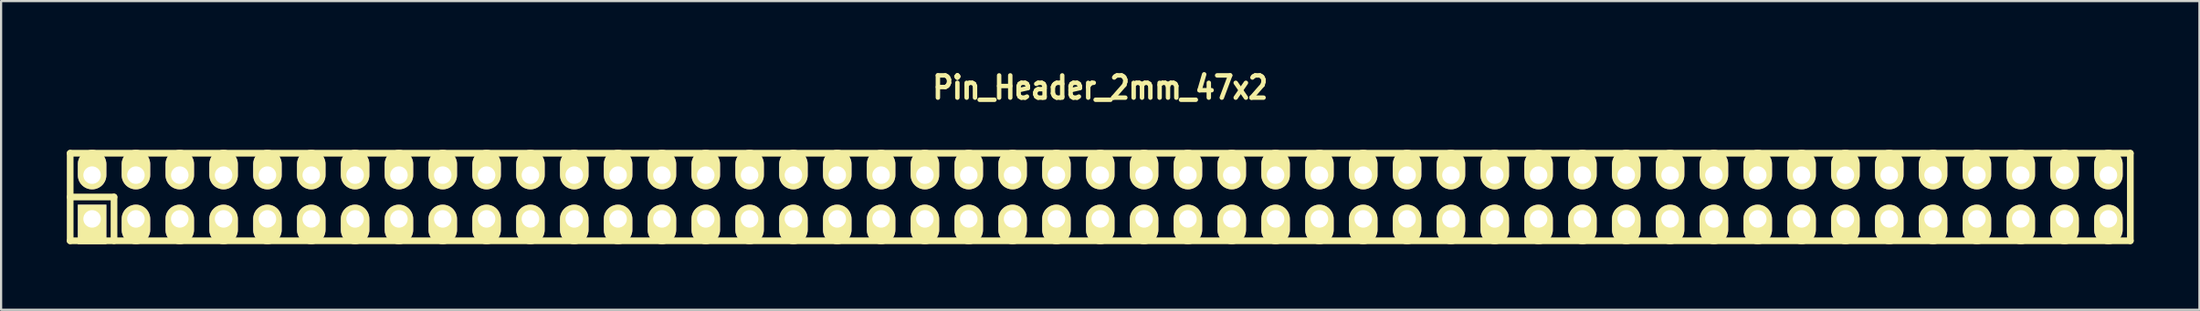
<source format=kicad_pcb>
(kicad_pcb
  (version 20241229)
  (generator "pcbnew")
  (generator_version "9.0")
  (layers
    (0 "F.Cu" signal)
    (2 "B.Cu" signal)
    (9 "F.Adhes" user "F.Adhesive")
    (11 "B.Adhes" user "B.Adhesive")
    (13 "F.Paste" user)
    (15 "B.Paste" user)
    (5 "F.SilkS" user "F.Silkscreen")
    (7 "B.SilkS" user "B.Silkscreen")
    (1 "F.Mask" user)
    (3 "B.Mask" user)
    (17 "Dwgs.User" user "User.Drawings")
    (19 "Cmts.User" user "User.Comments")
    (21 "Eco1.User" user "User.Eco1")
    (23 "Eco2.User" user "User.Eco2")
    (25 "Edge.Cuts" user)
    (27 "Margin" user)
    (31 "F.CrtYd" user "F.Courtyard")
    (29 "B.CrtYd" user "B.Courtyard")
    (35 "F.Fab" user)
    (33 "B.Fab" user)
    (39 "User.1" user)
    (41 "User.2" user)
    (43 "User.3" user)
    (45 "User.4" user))
  (footprint "Pin_Header_2mm_47x2"
    (layer "F.Cu")
    (at 47.152 5.951)
    (property "Reference" "Pin_Header_2mm_47x2" (at 0 -5 0) (layer "F.SilkS") (effects (font (size 1.016 0.889) (thickness 0.203))))
    (attr through_hole)
    (fp_line (start -47 -2) (end 47 -2) (stroke (width 0.305) (type solid)) (layer "F.SilkS"))
    (fp_line (start -47 0) (end -45 0) (stroke (width 0.305) (type solid)) (layer "F.SilkS"))
    (fp_line (start -47 2) (end -47 -2) (stroke (width 0.305) (type solid)) (layer "F.SilkS"))
    (fp_line (start -45 0) (end -45 2) (stroke (width 0.305) (type solid)) (layer "F.SilkS"))
    (fp_line (start 47 -2) (end 47 2) (stroke (width 0.305) (type solid)) (layer "F.SilkS"))
    (fp_line (start 47 2) (end -47 2) (stroke (width 0.305) (type solid)) (layer "F.SilkS"))
    (pad "1" thru_hole rect (at -46 1) (size 1.3 1.8) (drill 0.8 (offset 0 0.25)) (layers "*.Cu" "*.Mask" "F.SilkS"))
    (pad "2" thru_hole oval (at -46 -1) (size 1.3 1.8) (drill 0.8 (offset 0 -0.25)) (layers "*.Cu" "*.Mask" "F.SilkS"))
    (pad "3" thru_hole oval (at -44 1) (size 1.3 1.8) (drill 0.8 (offset 0 0.25)) (layers "*.Cu" "*.Mask" "F.SilkS"))
    (pad "4" thru_hole oval (at -44 -1) (size 1.3 1.8) (drill 0.8 (offset 0 -0.25)) (layers "*.Cu" "*.Mask" "F.SilkS"))
    (pad "5" thru_hole oval (at -42 1) (size 1.3 1.8) (drill 0.8 (offset 0 0.25)) (layers "*.Cu" "*.Mask" "F.SilkS"))
    (pad "6" thru_hole oval (at -42 -1) (size 1.3 1.8) (drill 0.8 (offset 0 -0.25)) (layers "*.Cu" "*.Mask" "F.SilkS"))
    (pad "7" thru_hole oval (at -40 1) (size 1.3 1.8) (drill 0.8 (offset 0 0.25)) (layers "*.Cu" "*.Mask" "F.SilkS"))
    (pad "8" thru_hole oval (at -40 -1) (size 1.3 1.8) (drill 0.8 (offset 0 -0.25)) (layers "*.Cu" "*.Mask" "F.SilkS"))
    (pad "9" thru_hole oval (at -38 1) (size 1.3 1.8) (drill 0.8 (offset 0 0.25)) (layers "*.Cu" "*.Mask" "F.SilkS"))
    (pad "10" thru_hole oval (at -38 -1) (size 1.3 1.8) (drill 0.8 (offset 0 -0.25)) (layers "*.Cu" "*.Mask" "F.SilkS"))
    (pad "11" thru_hole oval (at -36 1) (size 1.3 1.8) (drill 0.8 (offset 0 0.25)) (layers "*.Cu" "*.Mask" "F.SilkS"))
    (pad "12" thru_hole oval (at -36 -1) (size 1.3 1.8) (drill 0.8 (offset 0 -0.25)) (layers "*.Cu" "*.Mask" "F.SilkS"))
    (pad "13" thru_hole oval (at -34 1) (size 1.3 1.8) (drill 0.8 (offset 0 0.25)) (layers "*.Cu" "*.Mask" "F.SilkS"))
    (pad "14" thru_hole oval (at -34 -1) (size 1.3 1.8) (drill 0.8 (offset 0 -0.25)) (layers "*.Cu" "*.Mask" "F.SilkS"))
    (pad "15" thru_hole oval (at -32 1) (size 1.3 1.8) (drill 0.8 (offset 0 0.25)) (layers "*.Cu" "*.Mask" "F.SilkS"))
    (pad "16" thru_hole oval (at -32 -1) (size 1.3 1.8) (drill 0.8 (offset 0 -0.25)) (layers "*.Cu" "*.Mask" "F.SilkS"))
    (pad "17" thru_hole oval (at -30 1) (size 1.3 1.8) (drill 0.8 (offset 0 0.25)) (layers "*.Cu" "*.Mask" "F.SilkS"))
    (pad "18" thru_hole oval (at -30 -1) (size 1.3 1.8) (drill 0.8 (offset 0 -0.25)) (layers "*.Cu" "*.Mask" "F.SilkS"))
    (pad "19" thru_hole oval (at -28 1) (size 1.3 1.8) (drill 0.8 (offset 0 0.25)) (layers "*.Cu" "*.Mask" "F.SilkS"))
    (pad "20" thru_hole oval (at -28 -1) (size 1.3 1.8) (drill 0.8 (offset 0 -0.25)) (layers "*.Cu" "*.Mask" "F.SilkS"))
    (pad "21" thru_hole oval (at -26 1) (size 1.3 1.8) (drill 0.8 (offset 0 0.25)) (layers "*.Cu" "*.Mask" "F.SilkS"))
    (pad "22" thru_hole oval (at -26 -1) (size 1.3 1.8) (drill 0.8 (offset 0 -0.25)) (layers "*.Cu" "*.Mask" "F.SilkS"))
    (pad "23" thru_hole oval (at -24 1) (size 1.3 1.8) (drill 0.8 (offset 0 0.25)) (layers "*.Cu" "*.Mask" "F.SilkS"))
    (pad "24" thru_hole oval (at -24 -1) (size 1.3 1.8) (drill 0.8 (offset 0 -0.25)) (layers "*.Cu" "*.Mask" "F.SilkS"))
    (pad "25" thru_hole oval (at -22 1) (size 1.3 1.8) (drill 0.8 (offset 0 0.25)) (layers "*.Cu" "*.Mask" "F.SilkS"))
    (pad "26" thru_hole oval (at -22 -1) (size 1.3 1.8) (drill 0.8 (offset 0 -0.25)) (layers "*.Cu" "*.Mask" "F.SilkS"))
    (pad "27" thru_hole oval (at -20 1) (size 1.3 1.8) (drill 0.8 (offset 0 0.25)) (layers "*.Cu" "*.Mask" "F.SilkS"))
    (pad "28" thru_hole oval (at -20 -1) (size 1.3 1.8) (drill 0.8 (offset 0 -0.25)) (layers "*.Cu" "*.Mask" "F.SilkS"))
    (pad "29" thru_hole oval (at -18 1) (size 1.3 1.8) (drill 0.8 (offset 0 0.25)) (layers "*.Cu" "*.Mask" "F.SilkS"))
    (pad "30" thru_hole oval (at -18 -1) (size 1.3 1.8) (drill 0.8 (offset 0 -0.25)) (layers "*.Cu" "*.Mask" "F.SilkS"))
    (pad "31" thru_hole oval (at -16 1) (size 1.3 1.8) (drill 0.8 (offset 0 0.25)) (layers "*.Cu" "*.Mask" "F.SilkS"))
    (pad "32" thru_hole oval (at -16 -1) (size 1.3 1.8) (drill 0.8 (offset 0 -0.25)) (layers "*.Cu" "*.Mask" "F.SilkS"))
    (pad "33" thru_hole oval (at -14 1) (size 1.3 1.8) (drill 0.8 (offset 0 0.25)) (layers "*.Cu" "*.Mask" "F.SilkS"))
    (pad "34" thru_hole oval (at -14 -1) (size 1.3 1.8) (drill 0.8 (offset 0 -0.25)) (layers "*.Cu" "*.Mask" "F.SilkS"))
    (pad "35" thru_hole oval (at -12 1) (size 1.3 1.8) (drill 0.8 (offset 0 0.25)) (layers "*.Cu" "*.Mask" "F.SilkS"))
    (pad "36" thru_hole oval (at -12 -1) (size 1.3 1.8) (drill 0.8 (offset 0 -0.25)) (layers "*.Cu" "*.Mask" "F.SilkS"))
    (pad "37" thru_hole oval (at -10 1) (size 1.3 1.8) (drill 0.8 (offset 0 0.25)) (layers "*.Cu" "*.Mask" "F.SilkS"))
    (pad "38" thru_hole oval (at -10 -1) (size 1.3 1.8) (drill 0.8 (offset 0 -0.25)) (layers "*.Cu" "*.Mask" "F.SilkS"))
    (pad "39" thru_hole oval (at -8 1) (size 1.3 1.8) (drill 0.8 (offset 0 0.25)) (layers "*.Cu" "*.Mask" "F.SilkS"))
    (pad "40" thru_hole oval (at -8 -1) (size 1.3 1.8) (drill 0.8 (offset 0 -0.25)) (layers "*.Cu" "*.Mask" "F.SilkS"))
    (pad "41" thru_hole oval (at -6 1) (size 1.3 1.8) (drill 0.8 (offset 0 0.25)) (layers "*.Cu" "*.Mask" "F.SilkS"))
    (pad "42" thru_hole oval (at -6 -1) (size 1.3 1.8) (drill 0.8 (offset 0 -0.25)) (layers "*.Cu" "*.Mask" "F.SilkS"))
    (pad "43" thru_hole oval (at -4 1) (size 1.3 1.8) (drill 0.8 (offset 0 0.25)) (layers "*.Cu" "*.Mask" "F.SilkS"))
    (pad "44" thru_hole oval (at -4 -1) (size 1.3 1.8) (drill 0.8 (offset 0 -0.25)) (layers "*.Cu" "*.Mask" "F.SilkS"))
    (pad "45" thru_hole oval (at -2 1) (size 1.3 1.8) (drill 0.8 (offset 0 0.25)) (layers "*.Cu" "*.Mask" "F.SilkS"))
    (pad "46" thru_hole oval (at -2 -1) (size 1.3 1.8) (drill 0.8 (offset 0 -0.25)) (layers "*.Cu" "*.Mask" "F.SilkS"))
    (pad "47" thru_hole oval (at 0 1) (size 1.3 1.8) (drill 0.8 (offset 0 0.25)) (layers "*.Cu" "*.Mask" "F.SilkS"))
    (pad "48" thru_hole oval (at 0 -1) (size 1.3 1.8) (drill 0.8 (offset 0 -0.25)) (layers "*.Cu" "*.Mask" "F.SilkS"))
    (pad "49" thru_hole oval (at 2 1) (size 1.3 1.8) (drill 0.8 (offset 0 0.25)) (layers "*.Cu" "*.Mask" "F.SilkS"))
    (pad "50" thru_hole oval (at 2 -1) (size 1.3 1.8) (drill 0.8 (offset 0 -0.25)) (layers "*.Cu" "*.Mask" "F.SilkS"))
    (pad "51" thru_hole oval (at 4 1) (size 1.3 1.8) (drill 0.8 (offset 0 0.25)) (layers "*.Cu" "*.Mask" "F.SilkS"))
    (pad "52" thru_hole oval (at 4 -1) (size 1.3 1.8) (drill 0.8 (offset 0 -0.25)) (layers "*.Cu" "*.Mask" "F.SilkS"))
    (pad "53" thru_hole oval (at 6 1) (size 1.3 1.8) (drill 0.8 (offset 0 0.25)) (layers "*.Cu" "*.Mask" "F.SilkS"))
    (pad "54" thru_hole oval (at 6 -1) (size 1.3 1.8) (drill 0.8 (offset 0 -0.25)) (layers "*.Cu" "*.Mask" "F.SilkS"))
    (pad "55" thru_hole oval (at 8 1) (size 1.3 1.8) (drill 0.8 (offset 0 0.25)) (layers "*.Cu" "*.Mask" "F.SilkS"))
    (pad "56" thru_hole oval (at 8 -1) (size 1.3 1.8) (drill 0.8 (offset 0 -0.25)) (layers "*.Cu" "*.Mask" "F.SilkS"))
    (pad "57" thru_hole oval (at 10 1) (size 1.3 1.8) (drill 0.8 (offset 0 0.25)) (layers "*.Cu" "*.Mask" "F.SilkS"))
    (pad "58" thru_hole oval (at 10 -1) (size 1.3 1.8) (drill 0.8 (offset 0 -0.25)) (layers "*.Cu" "*.Mask" "F.SilkS"))
    (pad "59" thru_hole oval (at 12 1) (size 1.3 1.8) (drill 0.8 (offset 0 0.25)) (layers "*.Cu" "*.Mask" "F.SilkS"))
    (pad "60" thru_hole oval (at 12 -1) (size 1.3 1.8) (drill 0.8 (offset 0 -0.25)) (layers "*.Cu" "*.Mask" "F.SilkS"))
    (pad "61" thru_hole oval (at 14 1) (size 1.3 1.8) (drill 0.8 (offset 0 0.25)) (layers "*.Cu" "*.Mask" "F.SilkS"))
    (pad "62" thru_hole oval (at 14 -1) (size 1.3 1.8) (drill 0.8 (offset 0 -0.25)) (layers "*.Cu" "*.Mask" "F.SilkS"))
    (pad "63" thru_hole oval (at 16 1) (size 1.3 1.8) (drill 0.8 (offset 0 0.25)) (layers "*.Cu" "*.Mask" "F.SilkS"))
    (pad "64" thru_hole oval (at 16 -1) (size 1.3 1.8) (drill 0.8 (offset 0 -0.25)) (layers "*.Cu" "*.Mask" "F.SilkS"))
    (pad "65" thru_hole oval (at 18 1) (size 1.3 1.8) (drill 0.8 (offset 0 0.25)) (layers "*.Cu" "*.Mask" "F.SilkS"))
    (pad "66" thru_hole oval (at 18 -1) (size 1.3 1.8) (drill 0.8 (offset 0 -0.25)) (layers "*.Cu" "*.Mask" "F.SilkS"))
    (pad "67" thru_hole oval (at 20 1) (size 1.3 1.8) (drill 0.8 (offset 0 0.25)) (layers "*.Cu" "*.Mask" "F.SilkS"))
    (pad "68" thru_hole oval (at 20 -1) (size 1.3 1.8) (drill 0.8 (offset 0 -0.25)) (layers "*.Cu" "*.Mask" "F.SilkS"))
    (pad "69" thru_hole oval (at 22 1) (size 1.3 1.8) (drill 0.8 (offset 0 0.25)) (layers "*.Cu" "*.Mask" "F.SilkS"))
    (pad "70" thru_hole oval (at 22 -1) (size 1.3 1.8) (drill 0.8 (offset 0 -0.25)) (layers "*.Cu" "*.Mask" "F.SilkS"))
    (pad "71" thru_hole oval (at 24 1) (size 1.3 1.8) (drill 0.8 (offset 0 0.25)) (layers "*.Cu" "*.Mask" "F.SilkS"))
    (pad "72" thru_hole oval (at 24 -1) (size 1.3 1.8) (drill 0.8 (offset 0 -0.25)) (layers "*.Cu" "*.Mask" "F.SilkS"))
    (pad "73" thru_hole oval (at 26 1) (size 1.3 1.8) (drill 0.8 (offset 0 0.25)) (layers "*.Cu" "*.Mask" "F.SilkS"))
    (pad "74" thru_hole oval (at 26 -1) (size 1.3 1.8) (drill 0.8 (offset 0 -0.25)) (layers "*.Cu" "*.Mask" "F.SilkS"))
    (pad "75" thru_hole oval (at 28 1) (size 1.3 1.8) (drill 0.8 (offset 0 0.25)) (layers "*.Cu" "*.Mask" "F.SilkS"))
    (pad "76" thru_hole oval (at 28 -1) (size 1.3 1.8) (drill 0.8 (offset 0 -0.25)) (layers "*.Cu" "*.Mask" "F.SilkS"))
    (pad "77" thru_hole oval (at 30 1) (size 1.3 1.8) (drill 0.8 (offset 0 0.25)) (layers "*.Cu" "*.Mask" "F.SilkS"))
    (pad "78" thru_hole oval (at 30 -1) (size 1.3 1.8) (drill 0.8 (offset 0 -0.25)) (layers "*.Cu" "*.Mask" "F.SilkS"))
    (pad "79" thru_hole oval (at 32 1) (size 1.3 1.8) (drill 0.8 (offset 0 0.25)) (layers "*.Cu" "*.Mask" "F.SilkS"))
    (pad "80" thru_hole oval (at 32 -1) (size 1.3 1.8) (drill 0.8 (offset 0 -0.25)) (layers "*.Cu" "*.Mask" "F.SilkS"))
    (pad "81" thru_hole oval (at 34 1) (size 1.3 1.8) (drill 0.8 (offset 0 0.25)) (layers "*.Cu" "*.Mask" "F.SilkS"))
    (pad "82" thru_hole oval (at 34 -1) (size 1.3 1.8) (drill 0.8 (offset 0 -0.25)) (layers "*.Cu" "*.Mask" "F.SilkS"))
    (pad "83" thru_hole oval (at 36 1) (size 1.3 1.8) (drill 0.8 (offset 0 0.25)) (layers "*.Cu" "*.Mask" "F.SilkS"))
    (pad "84" thru_hole oval (at 36 -1) (size 1.3 1.8) (drill 0.8 (offset 0 -0.25)) (layers "*.Cu" "*.Mask" "F.SilkS"))
    (pad "85" thru_hole oval (at 38 1) (size 1.3 1.8) (drill 0.8 (offset 0 0.25)) (layers "*.Cu" "*.Mask" "F.SilkS"))
    (pad "86" thru_hole oval (at 38 -1) (size 1.3 1.8) (drill 0.8 (offset 0 -0.25)) (layers "*.Cu" "*.Mask" "F.SilkS"))
    (pad "87" thru_hole oval (at 40 1) (size 1.3 1.8) (drill 0.8 (offset 0 0.25)) (layers "*.Cu" "*.Mask" "F.SilkS"))
    (pad "88" thru_hole oval (at 40 -1) (size 1.3 1.8) (drill 0.8 (offset 0 -0.25)) (layers "*.Cu" "*.Mask" "F.SilkS"))
    (pad "89" thru_hole oval (at 42 1) (size 1.3 1.8) (drill 0.8 (offset 0 0.25)) (layers "*.Cu" "*.Mask" "F.SilkS"))
    (pad "90" thru_hole oval (at 42 -1) (size 1.3 1.8) (drill 0.8 (offset 0 -0.25)) (layers "*.Cu" "*.Mask" "F.SilkS"))
    (pad "91" thru_hole oval (at 44 1) (size 1.3 1.8) (drill 0.8 (offset 0 0.25)) (layers "*.Cu" "*.Mask" "F.SilkS"))
    (pad "92" thru_hole oval (at 44 -1) (size 1.3 1.8) (drill 0.8 (offset 0 -0.25)) (layers "*.Cu" "*.Mask" "F.SilkS"))
    (pad "93" thru_hole oval (at 46 1) (size 1.3 1.8) (drill 0.8 (offset 0 0.25)) (layers "*.Cu" "*.Mask" "F.SilkS"))
    (pad "94" thru_hole oval (at 46 -1) (size 1.3 1.8) (drill 0.8 (offset 0 -0.25)) (layers "*.Cu" "*.Mask" "F.SilkS")))
  (gr_rect
    (start -3 -3)
    (end 97.305 11.103)
    (stroke (width 0.1) (type default))
    (fill no)
    (layer "Edge.Cuts")))
</source>
